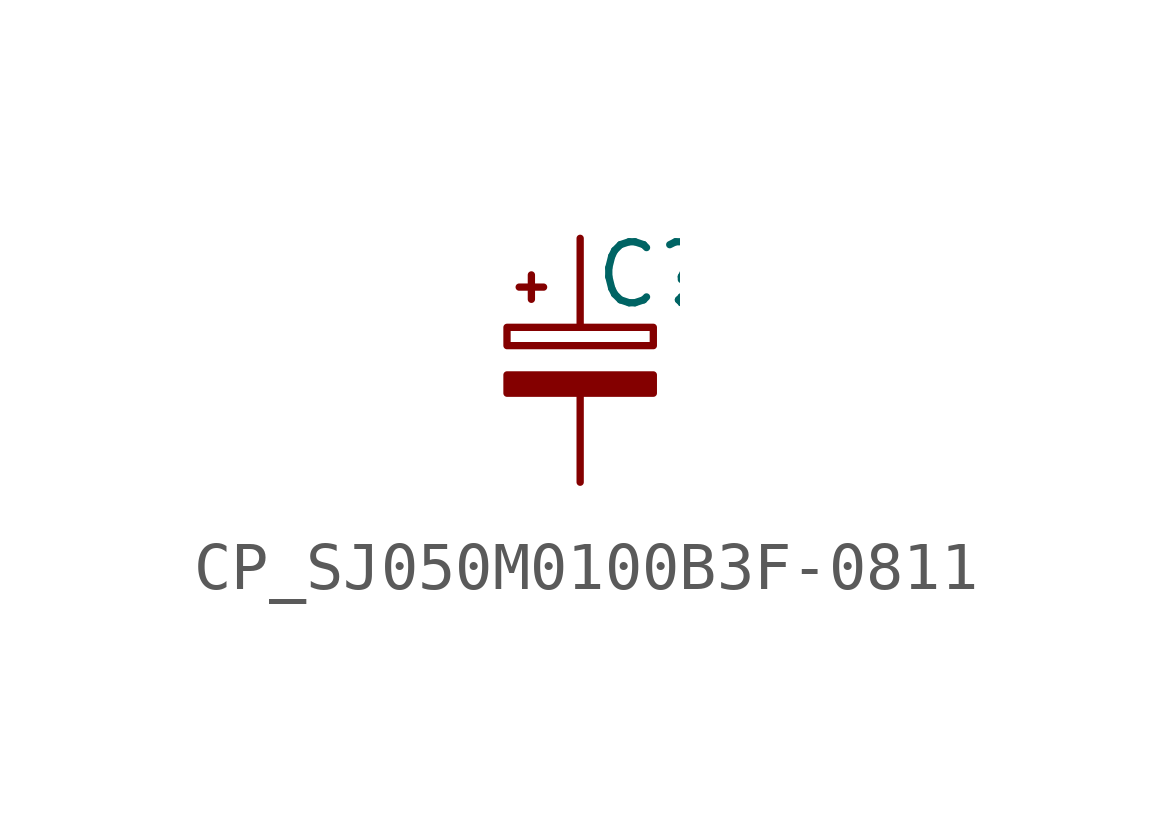
<source format=kicad_sym>
(kicad_symbol_lib
  (version 20220914)
  (generator kicad_symbol_editor)
  (symbol "CP_SJ050M0100B3F-0811"
    (pin_numbers hide)
    (pin_names
      (offset 0.254) hide)
    (property "Reference" "C"
      (at 0.254 1.778 0)
      (effects (font (size 1.27 1.27)) (justify left)))
    (symbol "CP_SJ050M0100B3F-0811_0_1"
      (rectangle (start -1.524 -0.305) (end 1.524 -0.686) (stroke (width 0) (type default)) (fill (type outline)))
      (rectangle (start -1.524 0.686) (end 1.524 0.305) (stroke (width 0) (type default)) (fill (type none)))
      (polyline (pts (xy -1.27 1.524) (xy -0.762 1.524)) (stroke (width 0) (type default)) (fill (type none)))
      (polyline (pts (xy -1.016 1.27) (xy -1.016 1.778)) (stroke (width 0) (type default)) (fill (type none))))
    (symbol "CP_SJ050M0100B3F-0811_1_1"
      (pin passive line (at 0 2.54 270) (length 1.854) (name "~" (effects (font (size 1.27 1.27)))) (number "1" (effects (font (size 1.27 1.27)))))
      (pin passive line (at 0 -2.54 90) (length 1.854) (name "~" (effects (font (size 1.27 1.27)))) (number "2" (effects (font (size 1.27 1.27))))))))
</source>
